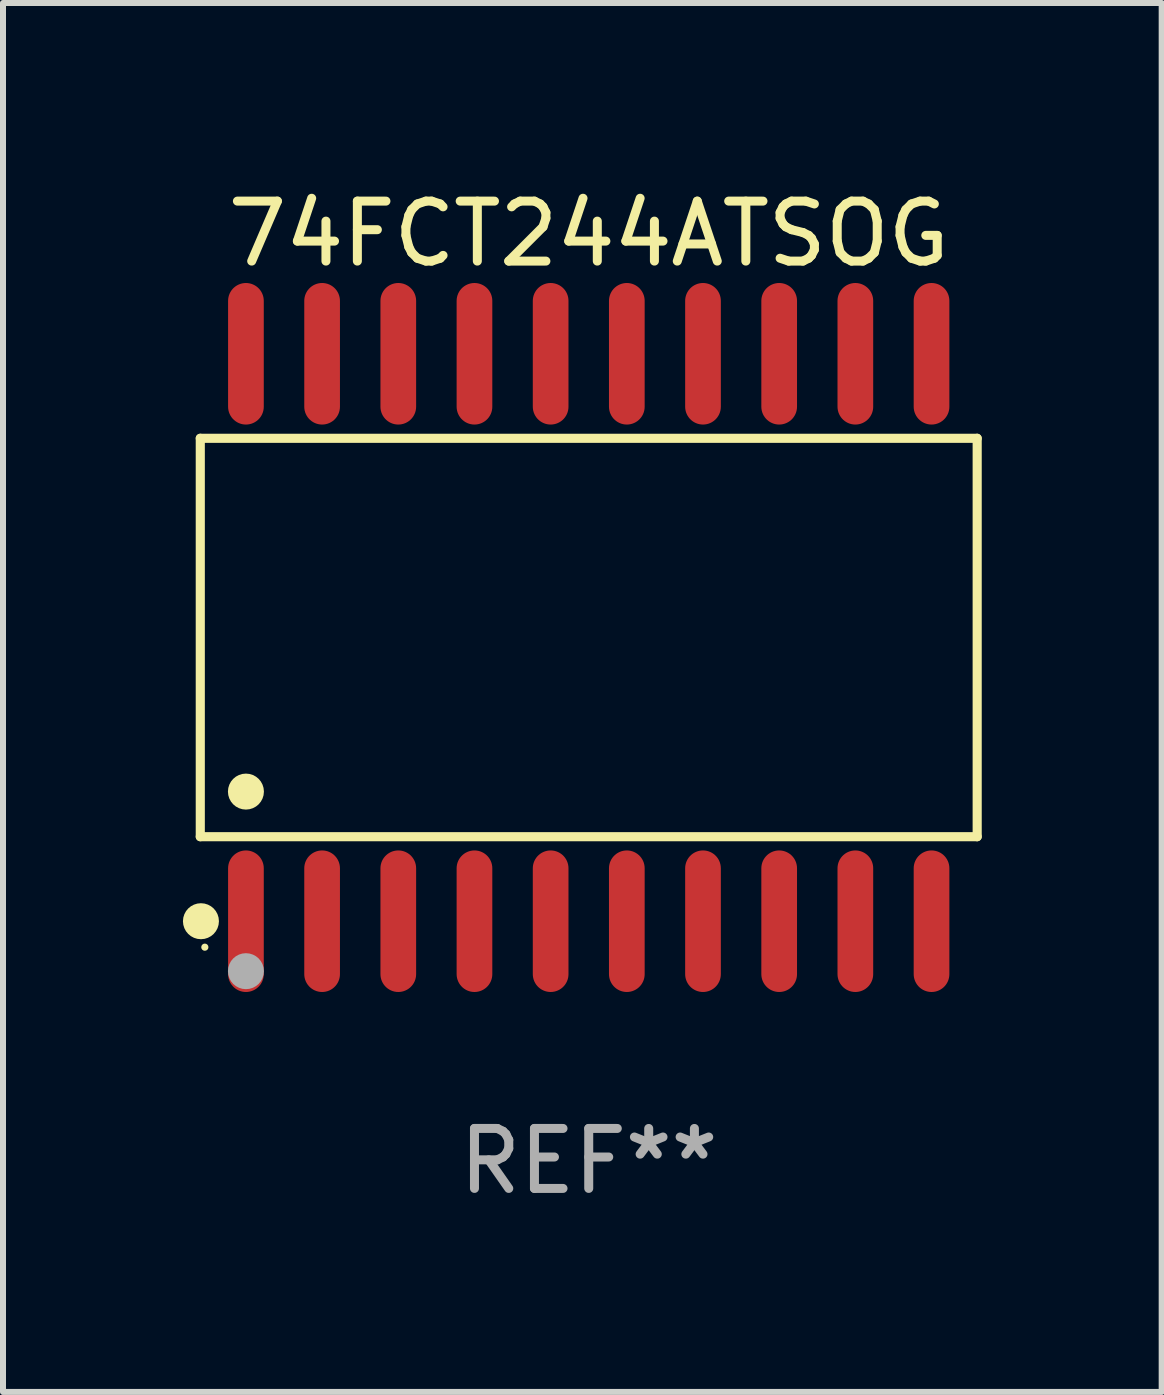
<source format=kicad_pcb>
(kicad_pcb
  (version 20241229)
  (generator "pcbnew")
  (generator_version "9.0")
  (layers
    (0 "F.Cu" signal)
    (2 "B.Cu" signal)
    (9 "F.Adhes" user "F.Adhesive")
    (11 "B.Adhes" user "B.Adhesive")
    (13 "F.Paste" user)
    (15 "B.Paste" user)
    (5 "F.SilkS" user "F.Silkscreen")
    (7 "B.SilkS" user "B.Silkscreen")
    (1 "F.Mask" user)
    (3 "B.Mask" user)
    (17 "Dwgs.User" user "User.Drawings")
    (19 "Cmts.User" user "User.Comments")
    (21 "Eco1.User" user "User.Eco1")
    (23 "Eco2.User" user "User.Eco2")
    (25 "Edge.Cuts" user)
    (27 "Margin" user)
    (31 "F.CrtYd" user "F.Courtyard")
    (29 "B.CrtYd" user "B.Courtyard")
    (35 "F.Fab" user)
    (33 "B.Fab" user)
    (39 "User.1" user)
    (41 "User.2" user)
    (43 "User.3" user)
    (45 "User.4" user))
  (footprint "74FCT244ATSOG"
    (layer "F.Cu")
    (at 6.765 7.578)
    (property "Reference" "74FCT244ATSOG" (at 0 -6.73 0) (layer "F.SilkS") (effects (font (size 1 1) (thickness 0.15))))
    (attr through_hole)
    (fp_line (start -6.476 -3.321) (end 6.476 -3.321) (stroke (width 0.152) (type solid)) (layer "F.SilkS"))
    (fp_line (start -6.476 3.321) (end -6.476 -3.321) (stroke (width 0.152) (type solid)) (layer "F.SilkS"))
    (fp_line (start 6.476 -3.321) (end 6.476 3.321) (stroke (width 0.152) (type solid)) (layer "F.SilkS"))
    (fp_line (start 6.476 3.321) (end -6.476 3.321) (stroke (width 0.152) (type solid)) (layer "F.SilkS"))
    (fp_circle (center -6.465 4.73) (end -6.315 4.73) (stroke (width 0.3) (type solid)) (fill no) (layer "F.SilkS"))
    (fp_circle (center -6.4 5.163) (end -6.37 5.163) (stroke (width 0.06) (type solid)) (fill no) (layer "F.SilkS"))
    (fp_circle (center -5.715 2.569) (end -5.565 2.569) (stroke (width 0.3) (type solid)) (fill no) (layer "F.SilkS"))
    (fp_circle (center -5.715 5.563) (end -5.565 5.563) (stroke (width 0.3) (type solid)) (fill no) (layer "F.Fab"))
    (fp_text user "REF**" (at 0 8.73 0) (layer "F.Fab") (effects (font (size 1 1) (thickness 0.15))))
    (pad "1" smd oval (at -5.715 4.73) (size 0.595 2.36) (layers "F.Cu" "F.Mask" "F.Paste"))
    (pad "2" smd oval (at -4.445 4.73) (size 0.595 2.36) (layers "F.Cu" "F.Mask" "F.Paste"))
    (pad "3" smd oval (at -3.175 4.73) (size 0.595 2.36) (layers "F.Cu" "F.Mask" "F.Paste"))
    (pad "4" smd oval (at -1.905 4.73) (size 0.595 2.36) (layers "F.Cu" "F.Mask" "F.Paste"))
    (pad "5" smd oval (at -0.635 4.73) (size 0.595 2.36) (layers "F.Cu" "F.Mask" "F.Paste"))
    (pad "6" smd oval (at 0.635 4.73) (size 0.595 2.36) (layers "F.Cu" "F.Mask" "F.Paste"))
    (pad "7" smd oval (at 1.905 4.73) (size 0.595 2.36) (layers "F.Cu" "F.Mask" "F.Paste"))
    (pad "8" smd oval (at 3.175 4.73) (size 0.595 2.36) (layers "F.Cu" "F.Mask" "F.Paste"))
    (pad "9" smd oval (at 4.445 4.73) (size 0.595 2.36) (layers "F.Cu" "F.Mask" "F.Paste"))
    (pad "10" smd oval (at 5.715 4.73) (size 0.595 2.36) (layers "F.Cu" "F.Mask" "F.Paste"))
    (pad "11" smd oval (at 5.715 -4.73) (size 0.595 2.36) (layers "F.Cu" "F.Mask" "F.Paste"))
    (pad "12" smd oval (at 4.445 -4.73) (size 0.595 2.36) (layers "F.Cu" "F.Mask" "F.Paste"))
    (pad "13" smd oval (at 3.175 -4.73) (size 0.595 2.36) (layers "F.Cu" "F.Mask" "F.Paste"))
    (pad "14" smd oval (at 1.905 -4.73) (size 0.595 2.36) (layers "F.Cu" "F.Mask" "F.Paste"))
    (pad "15" smd oval (at 0.635 -4.73) (size 0.595 2.36) (layers "F.Cu" "F.Mask" "F.Paste"))
    (pad "16" smd oval (at -0.635 -4.73) (size 0.595 2.36) (layers "F.Cu" "F.Mask" "F.Paste"))
    (pad "17" smd oval (at -1.905 -4.73) (size 0.595 2.36) (layers "F.Cu" "F.Mask" "F.Paste"))
    (pad "18" smd oval (at -3.175 -4.73) (size 0.595 2.36) (layers "F.Cu" "F.Mask" "F.Paste"))
    (pad "19" smd oval (at -4.445 -4.73) (size 0.595 2.36) (layers "F.Cu" "F.Mask" "F.Paste"))
    (pad "20" smd oval (at -5.715 -4.73) (size 0.595 2.36) (layers "F.Cu" "F.Mask" "F.Paste")))
  (gr_rect
    (start -3 -3)
    (end 16.317 20.156)
    (stroke (width 0.1) (type default))
    (fill no)
    (layer "Edge.Cuts")))
</source>
